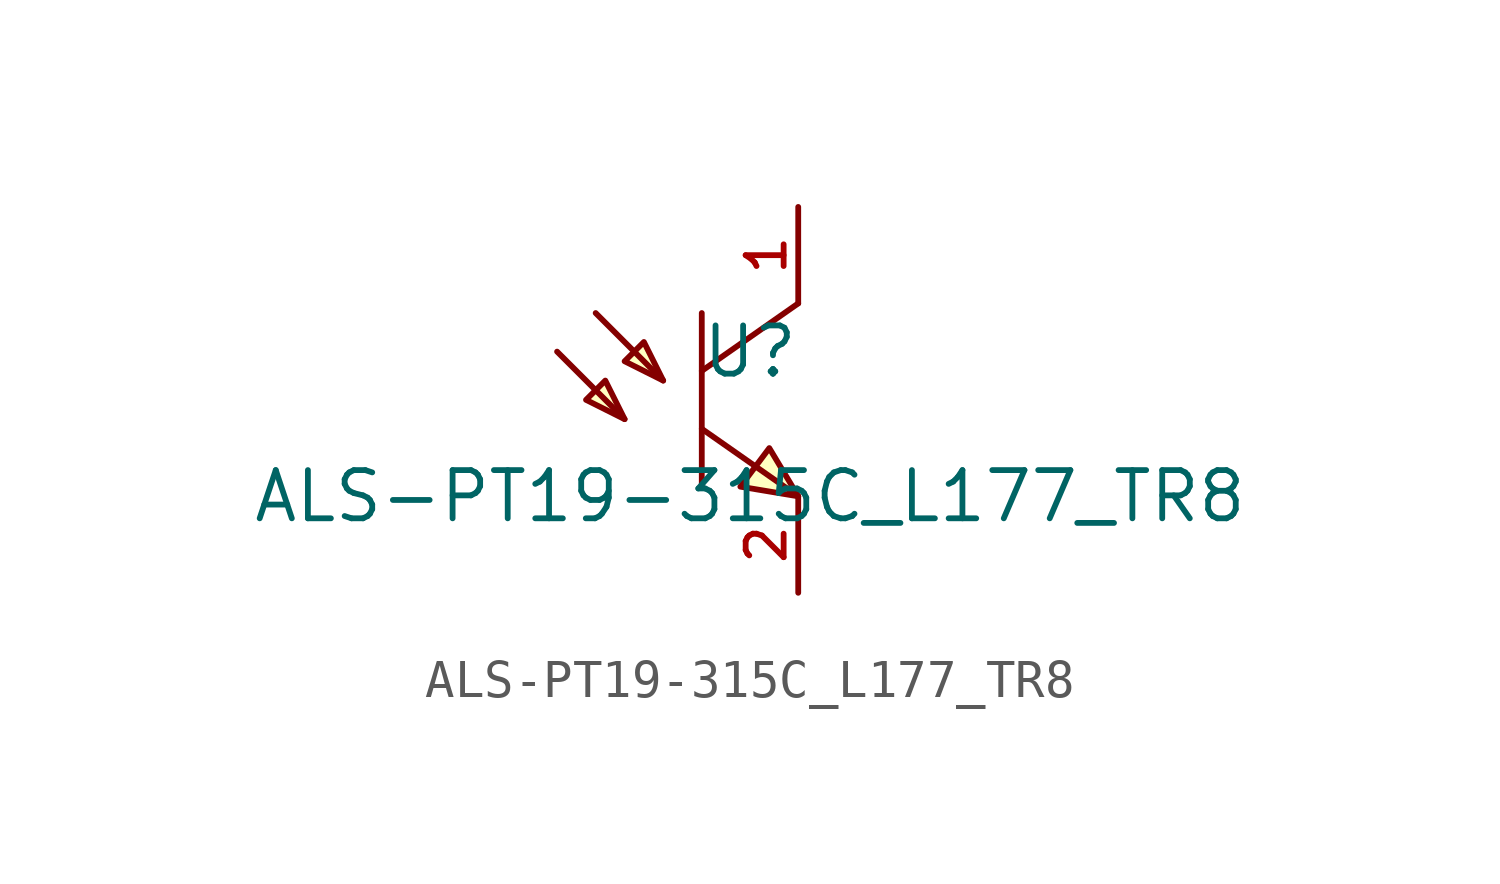
<source format=kicad_sym>
(kicad_symbol_lib
  (version 20210201)
  (generator TousstNicolas/JLC2KiCad_lib)
  (symbol "ALS-PT19-315C_L177_TR8"
    (pin_names hide)
    (property "Reference" "U"
      (at 0 1.27 0)
      (effects (font (size 1.27 1.27))))
    (property "Value" "ALS-PT19-315C_L177_TR8"
      (at 0 -2.54 0)
      (effects (font (size 1.27 1.27))))
    (symbol "ALS-PT19-315C_L177_TR8_0_1"
      (polyline (pts (xy -2.286 0.508) (xy -2.794 1.524) (xy -3.302 1.016) (xy -2.286 0.508)) (stroke (width 0) (type default) (color 0 0 0 0)) (fill (type background)))
      (polyline (pts (xy -3.302 -0.508) (xy -3.81 0.508) (xy -4.318 -0.0) (xy -3.302 -0.508)) (stroke (width 0) (type default) (color 0 0 0 0)) (fill (type background)))
      (polyline (pts (xy -4.064 2.286) (xy -2.286 0.508)) (stroke (width 0) (type default) (color 0 0 0 0)) (fill (type none)))
      (polyline (pts (xy -5.08 1.27) (xy -3.302 -0.508)) (stroke (width 0) (type default) (color 0 0 0 0)) (fill (type none)))
      (polyline (pts (xy 1.27 -2.54) (xy 0.508 -1.27) (xy -0.254 -2.286) (xy 1.27 -2.54)) (stroke (width 0) (type default) (color 0 0 0 0)) (fill (type background)))
      (polyline (pts (xy -1.27 2.286) (xy -1.27 -2.286)) (stroke (width 0) (type default) (color 0 0 0 0)) (fill (type none)))
      (polyline (pts (xy -1.27 -0.762) (xy 1.27 -2.54)) (stroke (width 0) (type default) (color 0 0 0 0)) (fill (type none)))
      (polyline (pts (xy 1.27 2.54) (xy -1.27 0.762)) (stroke (width 0) (type default) (color 0 0 0 0)) (fill (type none)))
      (pin input line (at 1.27 -5.08 90) (length 2.54) (name "E" (effects (font (size 1 1)))) (number "2" (effects (font (size 1 1)))))
      (pin input line (at 1.27 5.08 270) (length 2.54) (name "C" (effects (font (size 1 1)))) (number "1" (effects (font (size 1 1))))))))
</source>
